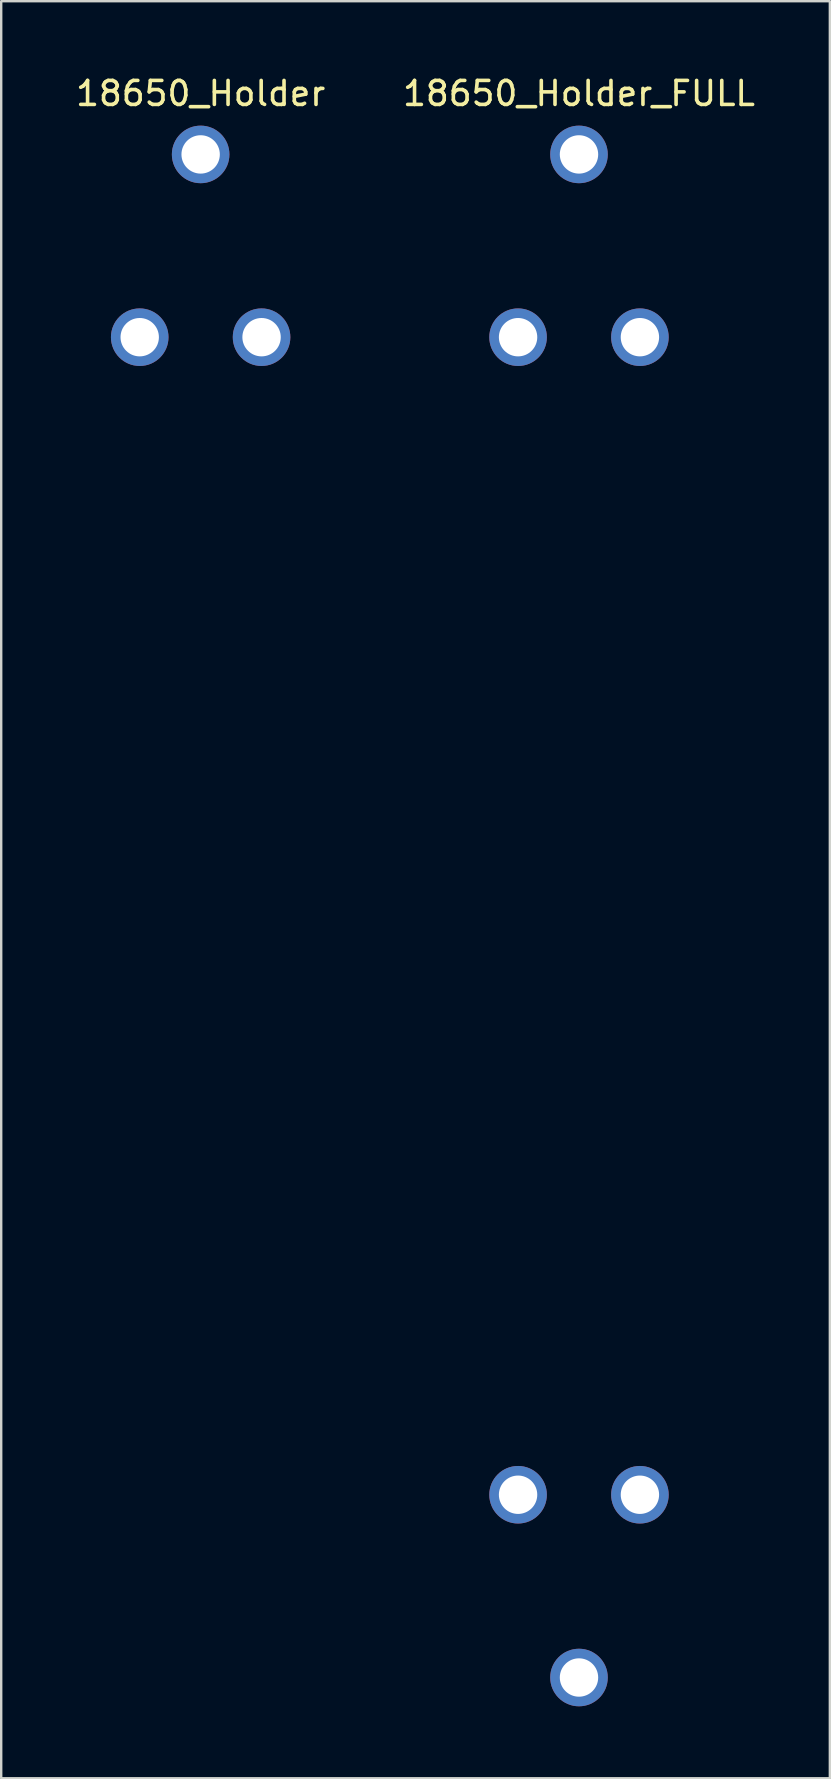
<source format=kicad_pcb>
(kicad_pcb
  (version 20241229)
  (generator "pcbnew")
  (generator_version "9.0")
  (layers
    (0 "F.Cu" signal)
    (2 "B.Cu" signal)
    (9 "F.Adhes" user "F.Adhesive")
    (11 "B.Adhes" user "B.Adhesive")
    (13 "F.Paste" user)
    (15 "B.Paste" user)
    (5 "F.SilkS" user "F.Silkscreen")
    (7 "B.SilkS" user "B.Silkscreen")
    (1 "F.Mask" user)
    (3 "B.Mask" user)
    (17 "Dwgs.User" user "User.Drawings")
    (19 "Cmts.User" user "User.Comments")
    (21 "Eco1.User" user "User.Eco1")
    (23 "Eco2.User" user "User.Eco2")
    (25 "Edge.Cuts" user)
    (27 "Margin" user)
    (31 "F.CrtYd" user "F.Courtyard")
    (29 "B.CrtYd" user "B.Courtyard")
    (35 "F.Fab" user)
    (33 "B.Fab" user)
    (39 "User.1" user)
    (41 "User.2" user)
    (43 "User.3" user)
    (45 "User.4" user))
  (footprint "18650_Holder_FULL"
    (layer "F.Cu")
    (at 21.089 11.008)
    (property "Reference" "18650_Holder_FULL" (at 0 -10.16 0) (layer "F.SilkS") (effects (font (size 1 1) (thickness 0.15))))
    (attr through_hole)
    (pad "1" thru_hole circle (at -2.54 0) (size 2.4 2.4) (drill 1.6) (layers "*.Cu" "*.Mask"))
    (pad "1" thru_hole circle (at 0 -7.62) (size 2.4 2.4) (drill 1.6) (layers "*.Cu" "*.Mask"))
    (pad "1" thru_hole circle (at 2.54 0) (size 2.4 2.4) (drill 1.6) (layers "*.Cu" "*.Mask"))
    (pad "2" thru_hole circle (at -2.54 48.26) (size 2.4 2.4) (drill 1.6) (layers "*.Cu" "*.Mask"))
    (pad "2" thru_hole circle (at 0 55.88) (size 2.4 2.4) (drill 1.6) (layers "*.Cu" "*.Mask"))
    (pad "2" thru_hole circle (at 2.54 48.26) (size 2.4 2.4) (drill 1.6) (layers "*.Cu" "*.Mask")))
  (footprint "18650_Holder"
    (layer "F.Cu")
    (at 5.315 3.388)
    (property "Reference" "18650_Holder" (at 0 -2.54 0) (layer "F.SilkS") (effects (font (size 1 1) (thickness 0.15))))
    (attr through_hole)
    (pad "1" thru_hole circle (at -2.54 7.62) (size 2.4 2.4) (drill 1.6) (layers "*.Cu" "*.Mask"))
    (pad "1" thru_hole circle (at 0 0) (size 2.4 2.4) (drill 1.6) (layers "*.Cu" "*.Mask"))
    (pad "1" thru_hole circle (at 2.54 7.62) (size 2.4 2.4) (drill 1.6) (layers "*.Cu" "*.Mask")))
  (gr_rect
    (start -3 -3)
    (end 31.548 71.088)
    (stroke (width 0.1) (type default))
    (fill no)
    (layer "Edge.Cuts")))
</source>
